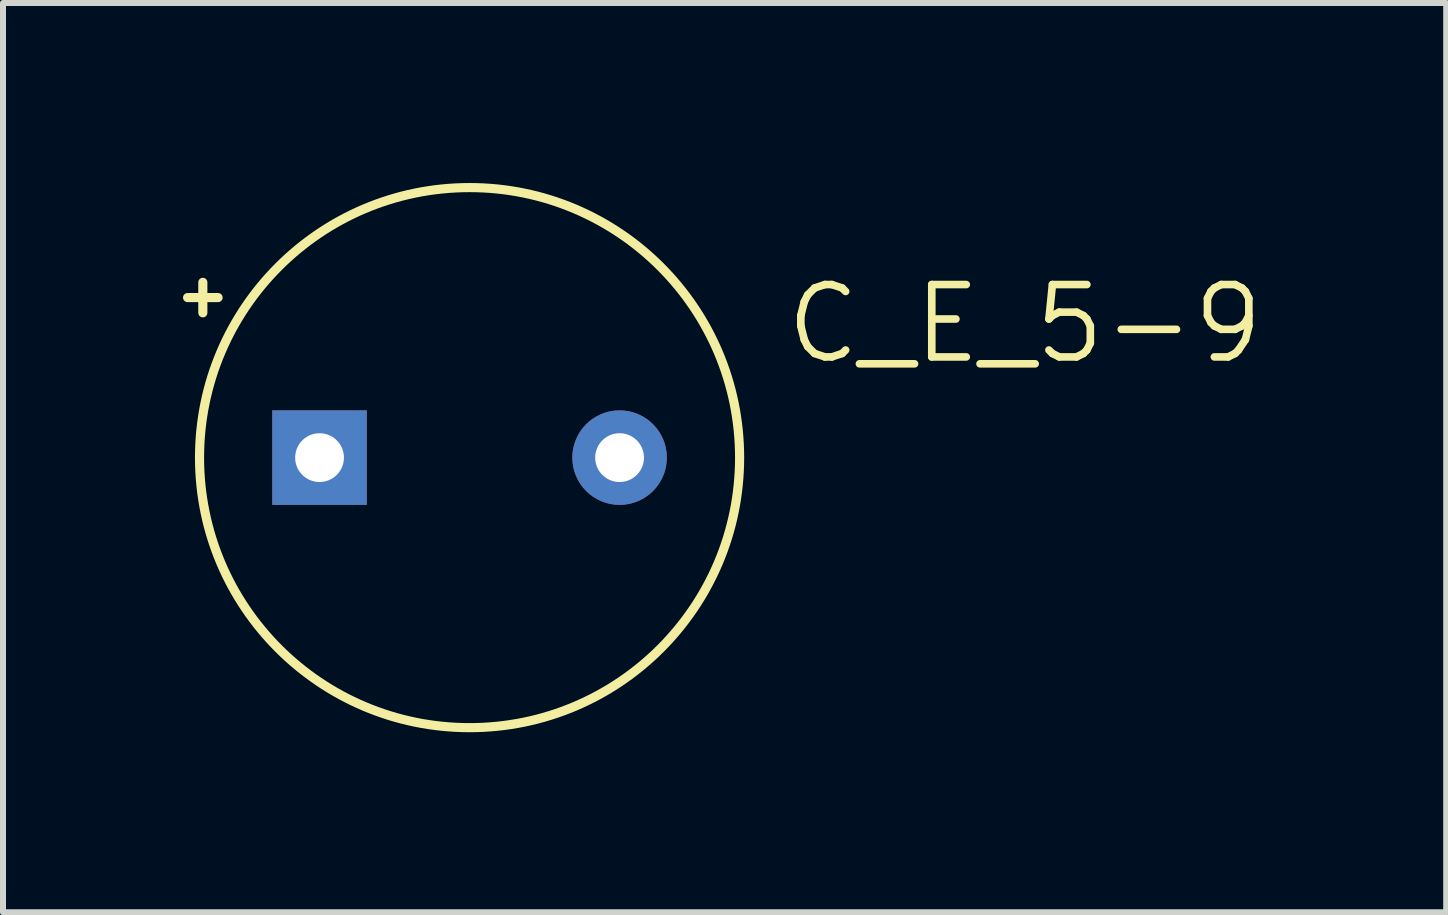
<source format=kicad_pcb>
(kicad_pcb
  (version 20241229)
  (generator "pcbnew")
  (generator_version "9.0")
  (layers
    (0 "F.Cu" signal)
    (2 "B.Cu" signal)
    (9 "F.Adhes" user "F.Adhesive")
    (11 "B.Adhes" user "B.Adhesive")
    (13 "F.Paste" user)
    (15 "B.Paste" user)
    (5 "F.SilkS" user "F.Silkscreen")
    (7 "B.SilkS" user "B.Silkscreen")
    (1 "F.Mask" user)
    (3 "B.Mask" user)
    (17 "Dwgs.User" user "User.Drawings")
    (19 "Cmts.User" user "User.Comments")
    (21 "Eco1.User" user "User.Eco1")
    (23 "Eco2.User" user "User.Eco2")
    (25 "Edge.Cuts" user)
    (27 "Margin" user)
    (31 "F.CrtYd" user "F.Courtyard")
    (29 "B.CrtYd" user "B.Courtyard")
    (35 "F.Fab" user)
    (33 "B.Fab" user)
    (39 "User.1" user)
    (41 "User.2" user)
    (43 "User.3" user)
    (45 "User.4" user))
  (footprint "C_E_5-9"
    (layer "F.Cu")
    (at 4.775 4.576)
    (property "Reference" "C_E_5-9" (at 5.207 -1.524 0) (layer "F.SilkS") (effects (font (size 1.206 1.206) (thickness 0.127)) (justify left bottom)))
    (attr through_hole)
    (fp_line (start -4.445 -2.921) (end -4.445 -2.413) (stroke (width 0.152) (type solid)) (layer "F.SilkS"))
    (fp_line (start -4.191 -2.667) (end -4.699 -2.667) (stroke (width 0.152) (type solid)) (layer "F.SilkS"))
    (fp_circle (center 0 0) (end 4.5 0) (stroke (width 0.152) (type solid)) (fill no) (layer "F.SilkS"))
    (pad "+" thru_hole rect (at -2.5 0) (size 1.575 1.575) (drill 0.813) (layers "*.Cu" "*.Mask"))
    (pad "-" thru_hole circle (at 2.5 0) (size 1.575 1.575) (drill 0.813) (layers "*.Cu" "*.Mask")))
  (gr_rect
    (start -3 -3)
    (end 21.05 12.152)
    (stroke (width 0.1) (type default))
    (fill no)
    (layer "Edge.Cuts")))
</source>
